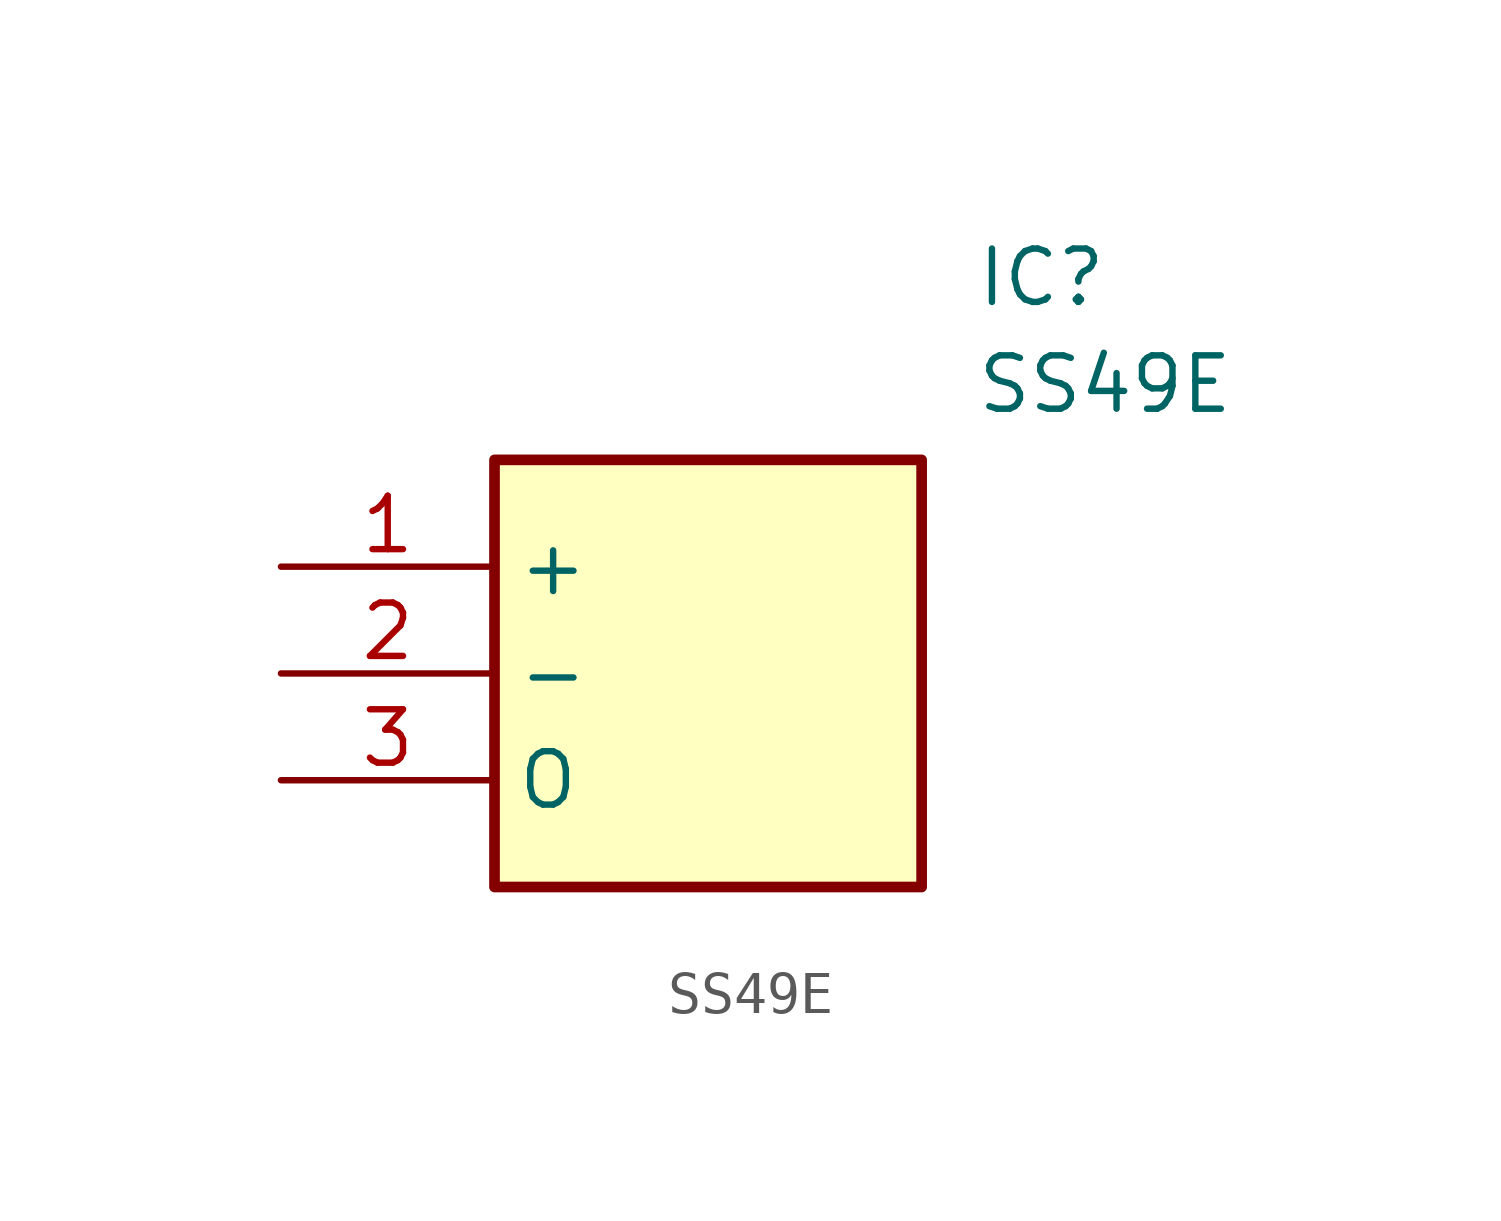
<source format=kicad_sym>
(kicad_symbol_lib
  (version 20231120)
  (generator "kicad_symbol_editor")
  (generator_version "8.0")
  (symbol "SS49E"
    (property "Reference" "IC"
      (at 16.51 7.62 0)
      (effects (font (size 1.27 1.27)) (justify left top)))
    (property "Value" "SS49E"
      (at 16.51 5.08 0)
      (effects (font (size 1.27 1.27)) (justify left top)))
    (symbol "SS49E_1_1"
      (rectangle (start 5.08 2.54) (end 15.24 -7.62) (stroke (width 0.254) (type default)) (fill (type background)))
      (pin passive line (at 0 0 0) (length 5.08) (name "+" (effects (font (size 1.27 1.27)))) (number "1" (effects (font (size 1.27 1.27)))))
      (pin passive line (at 0 -2.54 0) (length 5.08) (name "-" (effects (font (size 1.27 1.27)))) (number "2" (effects (font (size 1.27 1.27)))))
      (pin passive line (at 0 -5.08 0) (length 5.08) (name "O" (effects (font (size 1.27 1.27)))) (number "3" (effects (font (size 1.27 1.27))))))))
</source>
